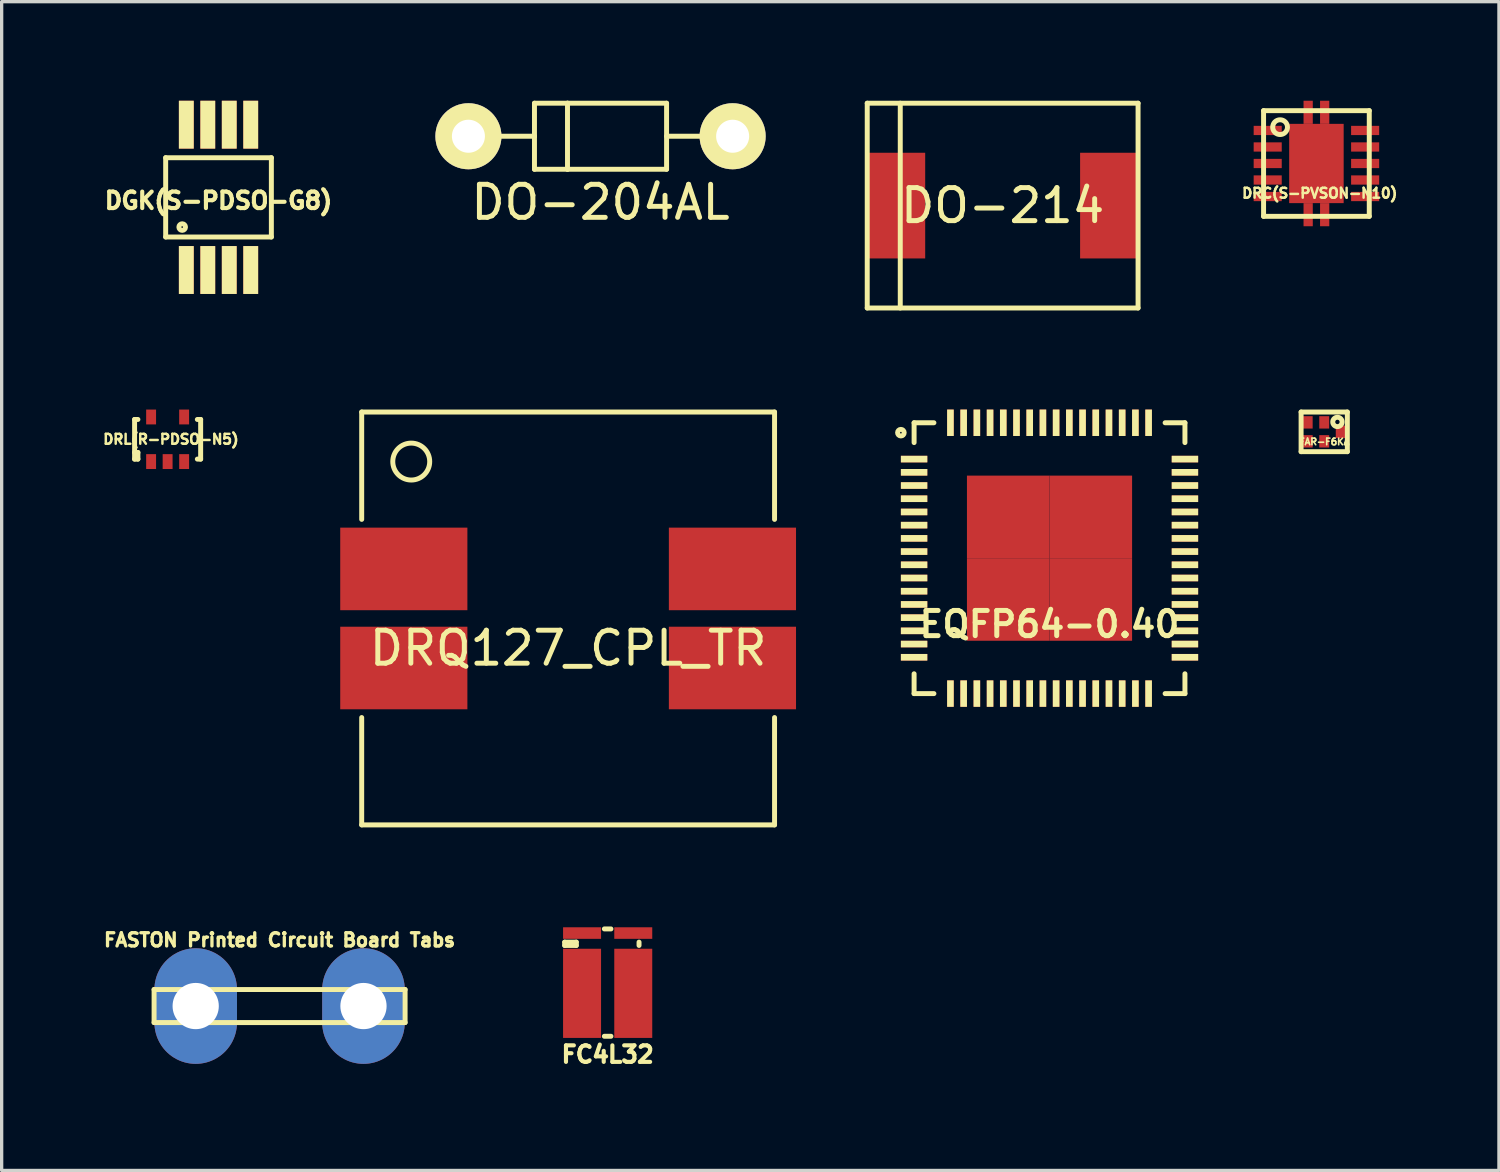
<source format=kicad_pcb>
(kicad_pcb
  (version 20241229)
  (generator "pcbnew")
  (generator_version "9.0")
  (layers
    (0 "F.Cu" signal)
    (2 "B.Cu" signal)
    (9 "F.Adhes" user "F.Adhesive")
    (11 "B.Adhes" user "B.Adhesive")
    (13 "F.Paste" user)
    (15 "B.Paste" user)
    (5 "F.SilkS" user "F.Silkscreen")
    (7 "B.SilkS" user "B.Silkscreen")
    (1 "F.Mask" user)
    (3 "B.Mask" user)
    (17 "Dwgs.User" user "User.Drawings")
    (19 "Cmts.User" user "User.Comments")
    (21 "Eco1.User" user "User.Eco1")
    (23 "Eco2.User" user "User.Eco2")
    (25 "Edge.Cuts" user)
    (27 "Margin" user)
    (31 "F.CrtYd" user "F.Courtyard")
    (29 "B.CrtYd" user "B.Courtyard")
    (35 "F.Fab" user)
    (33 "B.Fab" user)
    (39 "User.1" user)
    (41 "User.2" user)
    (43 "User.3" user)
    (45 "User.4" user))
  (footprint "DGK(S-PDSO-G8)"
    (layer "F.Cu")
    (at 3.566 2.925)
    (property "Reference" "DGK(S-PDSO-G8)" (at 0 0.1 0) (layer "F.SilkS") (effects (font (size 0.5 0.5) (thickness 0.125))))
    (attr smd)
    (fp_line (start -1.6 -1.2) (end 1.6 -1.2) (stroke (width 0.15) (type solid)) (layer "F.SilkS"))
    (fp_line (start -1.6 1.2) (end -1.6 -1.2) (stroke (width 0.15) (type solid)) (layer "F.SilkS"))
    (fp_line (start 1.6 -1.2) (end 1.6 1.2) (stroke (width 0.15) (type solid)) (layer "F.SilkS"))
    (fp_line (start 1.6 1.2) (end -1.6 1.2) (stroke (width 0.15) (type solid)) (layer "F.SilkS"))
    (fp_circle (center -1.1 0.9) (end -1 0.9) (stroke (width 0.15) (type solid)) (fill no) (layer "F.SilkS"))
    (pad "1" smd rect (at -0.975 2.2) (size 0.45 1.45) (layers "F.Cu" "F.Mask" "F.SilkS" "F.Paste"))
    (pad "2" smd rect (at -0.325 2.2) (size 0.45 1.45) (layers "F.Cu" "F.Mask" "F.SilkS" "F.Paste"))
    (pad "3" smd rect (at 0.325 2.2) (size 0.45 1.45) (layers "F.Cu" "F.Mask" "F.SilkS" "F.Paste"))
    (pad "4" smd rect (at 0.975 2.2) (size 0.45 1.45) (layers "F.Cu" "F.Mask" "F.SilkS" "F.Paste"))
    (pad "5" smd rect (at 0.975 -2.2) (size 0.45 1.45) (layers "F.Cu" "F.Mask" "F.SilkS" "F.Paste"))
    (pad "6" smd rect (at 0.325 -2.2) (size 0.45 1.45) (layers "F.Cu" "F.Mask" "F.SilkS" "F.Paste"))
    (pad "7" smd rect (at -0.325 -2.2) (size 0.45 1.45) (layers "F.Cu" "F.Mask" "F.SilkS" "F.Paste"))
    (pad "8" smd rect (at -0.975 -2.2) (size 0.45 1.45) (layers "F.Cu" "F.Mask" "F.SilkS" "F.Paste")))
  (footprint "FASTON Printed Circuit Board Tabs"
    (layer "F.Cu")
    (at 5.415 27.41)
    (property "Reference" "FASTON Printed Circuit Board Tabs" (at 0 -2 0) (layer "F.SilkS") (effects (font (size 0.4 0.4) (thickness 0.1))))
    (attr through_hole)
    (fp_line (start -3.8 -0.5) (end -3.8 0.5) (stroke (width 0.15) (type solid)) (layer "F.SilkS"))
    (fp_line (start -3.8 0.5) (end 3.8 0.5) (stroke (width 0.15) (type solid)) (layer "F.SilkS"))
    (fp_line (start 3.8 -0.5) (end -3.8 -0.5) (stroke (width 0.15) (type solid)) (layer "F.SilkS"))
    (fp_line (start 3.8 -0.5) (end 3.8 0.5) (stroke (width 0.15) (type solid)) (layer "F.SilkS"))
    (pad "1" thru_hole oval (at -2.54 0) (size 2.5 3.5) (drill 1.4) (layers "*.Cu" "*.Mask"))
    (pad "1" thru_hole oval (at 2.54 0) (size 2.5 3.5) (drill 1.4) (layers "*.Cu" "*.Mask")))
  (footprint "EQFP64-0.40"
    (layer "F.Cu")
    (at 28.726 13.85)
    (property "Reference" "EQFP64-0.40" (at 0 2 0) (layer "F.SilkS") (effects (font (size 0.762 0.762) (thickness 0.152))))
    (attr smd)
    (fp_line (start -4.1 -4.1) (end -4.1 -3.5) (stroke (width 0.15) (type solid)) (layer "F.SilkS"))
    (fp_line (start -4.1 -4.1) (end -3.5 -4.1) (stroke (width 0.15) (type solid)) (layer "F.SilkS"))
    (fp_line (start -4.1 3.5) (end -4.1 4.1) (stroke (width 0.15) (type solid)) (layer "F.SilkS"))
    (fp_line (start -4.1 4.1) (end -3.5 4.1) (stroke (width 0.15) (type solid)) (layer "F.SilkS"))
    (fp_line (start 3.5 4.1) (end 4.1 4.1) (stroke (width 0.15) (type solid)) (layer "F.SilkS"))
    (fp_line (start 4.1 -4.1) (end 3.5 -4.1) (stroke (width 0.15) (type solid)) (layer "F.SilkS"))
    (fp_line (start 4.1 -3.5) (end 4.1 -4.1) (stroke (width 0.15) (type solid)) (layer "F.SilkS"))
    (fp_line (start 4.1 4.1) (end 4.1 3.5) (stroke (width 0.15) (type solid)) (layer "F.SilkS"))
    (fp_circle (center -4.5 -3.8) (end -4.4 -3.8) (stroke (width 0.15) (type solid)) (fill no) (layer "F.SilkS"))
    (pad "1" smd rect (at -4.1 -3 90) (size 0.2 0.8) (layers "F.Cu" "F.Mask" "F.SilkS" "F.Paste"))
    (pad "2" smd rect (at -4.1 -2.6 90) (size 0.2 0.8) (layers "F.Cu" "F.Mask" "F.SilkS" "F.Paste"))
    (pad "3" smd rect (at -4.1 -2.2 90) (size 0.2 0.8) (layers "F.Cu" "F.Mask" "F.SilkS" "F.Paste"))
    (pad "4" smd rect (at -4.1 -1.8 90) (size 0.2 0.8) (layers "F.Cu" "F.Mask" "F.SilkS" "F.Paste"))
    (pad "5" smd rect (at -4.1 -1.4 90) (size 0.2 0.8) (layers "F.Cu" "F.Mask" "F.SilkS" "F.Paste"))
    (pad "6" smd rect (at -4.1 -1 90) (size 0.2 0.8) (layers "F.Cu" "F.Mask" "F.SilkS" "F.Paste"))
    (pad "7" smd rect (at -4.1 -0.6 90) (size 0.2 0.8) (layers "F.Cu" "F.Mask" "F.SilkS" "F.Paste"))
    (pad "8" smd rect (at -4.1 -0.2 90) (size 0.2 0.8) (layers "F.Cu" "F.Mask" "F.SilkS" "F.Paste"))
    (pad "9" smd rect (at -4.1 0.2 90) (size 0.2 0.8) (layers "F.Cu" "F.Mask" "F.SilkS" "F.Paste"))
    (pad "10" smd rect (at -4.1 0.6 90) (size 0.2 0.8) (layers "F.Cu" "F.Mask" "F.SilkS" "F.Paste"))
    (pad "11" smd rect (at -4.1 1 90) (size 0.2 0.8) (layers "F.Cu" "F.Mask" "F.SilkS" "F.Paste"))
    (pad "12" smd rect (at -4.1 1.4 90) (size 0.2 0.8) (layers "F.Cu" "F.Mask" "F.SilkS" "F.Paste"))
    (pad "13" smd rect (at -4.1 1.8 90) (size 0.2 0.8) (layers "F.Cu" "F.Mask" "F.SilkS" "F.Paste"))
    (pad "14" smd rect (at -4.1 2.2 90) (size 0.2 0.8) (layers "F.Cu" "F.Mask" "F.SilkS" "F.Paste"))
    (pad "15" smd rect (at -4.1 2.6 90) (size 0.2 0.8) (layers "F.Cu" "F.Mask" "F.SilkS" "F.Paste"))
    (pad "16" smd rect (at -4.1 3 90) (size 0.2 0.8) (layers "F.Cu" "F.Mask" "F.SilkS" "F.Paste"))
    (pad "17" smd rect (at -3 4.1) (size 0.2 0.8) (layers "F.Cu" "F.Mask" "F.SilkS" "F.Paste"))
    (pad "18" smd rect (at -2.6 4.1) (size 0.2 0.8) (layers "F.Cu" "F.Mask" "F.SilkS" "F.Paste"))
    (pad "19" smd rect (at -2.2 4.1) (size 0.2 0.8) (layers "F.Cu" "F.Mask" "F.SilkS" "F.Paste"))
    (pad "20" smd rect (at -1.8 4.1) (size 0.2 0.8) (layers "F.Cu" "F.Mask" "F.SilkS" "F.Paste"))
    (pad "21" smd rect (at -1.4 4.1) (size 0.2 0.8) (layers "F.Cu" "F.Mask" "F.SilkS" "F.Paste"))
    (pad "22" smd rect (at -1 4.1) (size 0.2 0.8) (layers "F.Cu" "F.Mask" "F.SilkS" "F.Paste"))
    (pad "23" smd rect (at -0.6 4.1) (size 0.2 0.8) (layers "F.Cu" "F.Mask" "F.SilkS" "F.Paste"))
    (pad "24" smd rect (at -0.2 4.1) (size 0.2 0.8) (layers "F.Cu" "F.Mask" "F.SilkS" "F.Paste"))
    (pad "25" smd rect (at 0.2 4.1) (size 0.2 0.8) (layers "F.Cu" "F.Mask" "F.SilkS" "F.Paste"))
    (pad "26" smd rect (at 0.6 4.1) (size 0.2 0.8) (layers "F.Cu" "F.Mask" "F.SilkS" "F.Paste"))
    (pad "27" smd rect (at 1 4.1) (size 0.2 0.8) (layers "F.Cu" "F.Mask" "F.SilkS" "F.Paste"))
    (pad "28" smd rect (at 1.4 4.1) (size 0.2 0.8) (layers "F.Cu" "F.Mask" "F.SilkS" "F.Paste"))
    (pad "29" smd rect (at 1.8 4.1) (size 0.2 0.8) (layers "F.Cu" "F.Mask" "F.SilkS" "F.Paste"))
    (pad "30" smd rect (at 2.2 4.1) (size 0.2 0.8) (layers "F.Cu" "F.Mask" "F.SilkS" "F.Paste"))
    (pad "31" smd rect (at 2.6 4.1) (size 0.2 0.8) (layers "F.Cu" "F.Mask" "F.SilkS" "F.Paste"))
    (pad "32" smd rect (at 3 4.1) (size 0.2 0.8) (layers "F.Cu" "F.Mask" "F.SilkS" "F.Paste"))
    (pad "33" smd rect (at 4.1 3 90) (size 0.2 0.8) (layers "F.Cu" "F.Mask" "F.SilkS" "F.Paste"))
    (pad "34" smd rect (at 4.1 2.6 90) (size 0.2 0.8) (layers "F.Cu" "F.Mask" "F.SilkS" "F.Paste"))
    (pad "35" smd rect (at 4.1 2.2 90) (size 0.2 0.8) (layers "F.Cu" "F.Mask" "F.SilkS" "F.Paste"))
    (pad "36" smd rect (at 4.1 1.8 90) (size 0.2 0.8) (layers "F.Cu" "F.Mask" "F.SilkS" "F.Paste"))
    (pad "37" smd rect (at 4.1 1.4 90) (size 0.2 0.8) (layers "F.Cu" "F.Mask" "F.SilkS" "F.Paste"))
    (pad "38" smd rect (at 4.1 1 90) (size 0.2 0.8) (layers "F.Cu" "F.Mask" "F.SilkS" "F.Paste"))
    (pad "39" smd rect (at 4.1 0.6 90) (size 0.2 0.8) (layers "F.Cu" "F.Mask" "F.SilkS" "F.Paste"))
    (pad "40" smd rect (at 4.1 0.2 90) (size 0.2 0.8) (layers "F.Cu" "F.Mask" "F.SilkS" "F.Paste"))
    (pad "41" smd rect (at 4.1 -0.2 90) (size 0.2 0.8) (layers "F.Cu" "F.Mask" "F.SilkS" "F.Paste"))
    (pad "42" smd rect (at 4.1 -0.6 90) (size 0.2 0.8) (layers "F.Cu" "F.Mask" "F.SilkS" "F.Paste"))
    (pad "43" smd rect (at 4.1 -1 90) (size 0.2 0.8) (layers "F.Cu" "F.Mask" "F.SilkS" "F.Paste"))
    (pad "44" smd rect (at 4.1 -1.4 90) (size 0.2 0.8) (layers "F.Cu" "F.Mask" "F.SilkS" "F.Paste"))
    (pad "45" smd rect (at 4.1 -1.8 90) (size 0.2 0.8) (layers "F.Cu" "F.Mask" "F.SilkS" "F.Paste"))
    (pad "46" smd rect (at 4.1 -2.2 90) (size 0.2 0.8) (layers "F.Cu" "F.Mask" "F.SilkS" "F.Paste"))
    (pad "47" smd rect (at 4.1 -2.6 90) (size 0.2 0.8) (layers "F.Cu" "F.Mask" "F.SilkS" "F.Paste"))
    (pad "48" smd rect (at 4.1 -3 90) (size 0.2 0.8) (layers "F.Cu" "F.Mask" "F.SilkS" "F.Paste"))
    (pad "49" smd rect (at 3 -4.1) (size 0.2 0.8) (layers "F.Cu" "F.Mask" "F.SilkS" "F.Paste"))
    (pad "50" smd rect (at 2.6 -4.1) (size 0.2 0.8) (layers "F.Cu" "F.Mask" "F.SilkS" "F.Paste"))
    (pad "51" smd rect (at 2.2 -4.1) (size 0.2 0.8) (layers "F.Cu" "F.Mask" "F.SilkS" "F.Paste"))
    (pad "52" smd rect (at 1.8 -4.1) (size 0.2 0.8) (layers "F.Cu" "F.Mask" "F.SilkS" "F.Paste"))
    (pad "53" smd rect (at 1.4 -4.1) (size 0.2 0.8) (layers "F.Cu" "F.Mask" "F.SilkS" "F.Paste"))
    (pad "54" smd rect (at 1 -4.1) (size 0.2 0.8) (layers "F.Cu" "F.Mask" "F.SilkS" "F.Paste"))
    (pad "55" smd rect (at 0.6 -4.1) (size 0.2 0.8) (layers "F.Cu" "F.Mask" "F.SilkS" "F.Paste"))
    (pad "56" smd rect (at 0.2 -4.1) (size 0.2 0.8) (layers "F.Cu" "F.Mask" "F.SilkS" "F.Paste"))
    (pad "57" smd rect (at -0.2 -4.1) (size 0.2 0.8) (layers "F.Cu" "F.Mask" "F.SilkS" "F.Paste"))
    (pad "58" smd rect (at -0.6 -4.1) (size 0.2 0.8) (layers "F.Cu" "F.Mask" "F.SilkS" "F.Paste"))
    (pad "59" smd rect (at -1 -4.1) (size 0.2 0.8) (layers "F.Cu" "F.Mask" "F.SilkS" "F.Paste"))
    (pad "60" smd rect (at -1.4 -4.1) (size 0.2 0.8) (layers "F.Cu" "F.Mask" "F.SilkS" "F.Paste"))
    (pad "61" smd rect (at -1.8 -4.1) (size 0.2 0.8) (layers "F.Cu" "F.Mask" "F.SilkS" "F.Paste"))
    (pad "62" smd rect (at -2.2 -4.1) (size 0.2 0.8) (layers "F.Cu" "F.Mask" "F.SilkS" "F.Paste"))
    (pad "63" smd rect (at -2.6 -4.1) (size 0.2 0.8) (layers "F.Cu" "F.Mask" "F.SilkS" "F.Paste"))
    (pad "64" smd rect (at -3 -4.1) (size 0.2 0.8) (layers "F.Cu" "F.Mask" "F.SilkS" "F.Paste"))
    (pad "65" smd rect (at -1.25 -1.25) (size 2.5 2.5) (layers "F.Cu" "F.Mask" "F.Paste"))
    (pad "65" smd rect (at -1.25 1.25) (size 2.5 2.5) (layers "F.Cu" "F.Mask" "F.Paste"))
    (pad "65" smd rect (at 1.25 -1.25) (size 2.5 2.5) (layers "F.Cu" "F.Mask" "F.Paste"))
    (pad "65" smd rect (at 1.25 1.25) (size 2.5 2.5) (layers "F.Cu" "F.Mask" "F.Paste")))
  (footprint "DRQ127_CPL_TR"
    (layer "F.Cu")
    (at 14.151 15.675)
    (property "Reference" "DRQ127_CPL_TR" (at 0 0.9 0) (layer "F.SilkS") (effects (font (size 1 1) (thickness 0.15))))
    (attr through_hole)
    (fp_line (start -6.25 -6.25) (end 6.25 -6.25) (stroke (width 0.15) (type solid)) (layer "F.SilkS"))
    (fp_line (start -6.25 -3) (end -6.25 -6.25) (stroke (width 0.15) (type solid)) (layer "F.SilkS"))
    (fp_line (start -6.25 6.25) (end -6.25 3) (stroke (width 0.15) (type solid)) (layer "F.SilkS"))
    (fp_line (start 6.25 -6.25) (end 6.25 -3) (stroke (width 0.15) (type solid)) (layer "F.SilkS"))
    (fp_line (start 6.25 3) (end 6.25 6.25) (stroke (width 0.15) (type solid)) (layer "F.SilkS"))
    (fp_line (start 6.25 6.25) (end -6.25 6.25) (stroke (width 0.15) (type solid)) (layer "F.SilkS"))
    (fp_circle (center -4.75 -4.75) (end -4.5 -4.25) (stroke (width 0.15) (type solid)) (fill no) (layer "F.SilkS"))
    (pad "1" smd rect (at -4.975 -1.5) (size 3.85 2.5) (layers "F.Cu" "F.Mask" "F.Paste"))
    (pad "2" smd rect (at -4.975 1.5) (size 3.85 2.5) (layers "F.Cu" "F.Mask" "F.Paste"))
    (pad "3" smd rect (at 4.975 1.5) (size 3.85 2.5) (layers "F.Cu" "F.Mask" "F.Paste"))
    (pad "4" smd rect (at 4.975 -1.5) (size 3.85 2.5) (layers "F.Cu" "F.Mask" "F.Paste")))
  (footprint "DO-204AL"
    (layer "F.Cu")
    (at 15.132 1.075)
    (property "Reference" "DO-204AL" (at 0 2 0) (layer "F.SilkS") (effects (font (size 1 1) (thickness 0.15))))
    (attr through_hole)
    (fp_line (start -3 0) (end -2 0) (stroke (width 0.15) (type solid)) (layer "F.SilkS"))
    (fp_line (start -2 -1) (end -1 -1) (stroke (width 0.15) (type solid)) (layer "F.SilkS"))
    (fp_line (start -2 0) (end -2 -1) (stroke (width 0.15) (type solid)) (layer "F.SilkS"))
    (fp_line (start -2 1) (end -2 0) (stroke (width 0.15) (type solid)) (layer "F.SilkS"))
    (fp_line (start -1 -1) (end -1 1) (stroke (width 0.15) (type solid)) (layer "F.SilkS"))
    (fp_line (start -1 -1) (end 2 -1) (stroke (width 0.15) (type solid)) (layer "F.SilkS"))
    (fp_line (start -1 1) (end -2 1) (stroke (width 0.15) (type solid)) (layer "F.SilkS"))
    (fp_line (start 2 -1) (end 2 1) (stroke (width 0.15) (type solid)) (layer "F.SilkS"))
    (fp_line (start 2 0) (end 3 0) (stroke (width 0.15) (type solid)) (layer "F.SilkS"))
    (fp_line (start 2 1) (end -1 1) (stroke (width 0.15) (type solid)) (layer "F.SilkS"))
    (pad "1" thru_hole circle (at -4 0) (size 2 2) (drill 1) (layers "*.Cu" "*.Mask" "F.SilkS"))
    (pad "2" thru_hole circle (at 4 0) (size 2 2) (drill 1) (layers "*.Cu" "*.Mask" "F.SilkS")))
  (footprint "FAR-F6KA"
    (layer "F.Cu")
    (at 37.043 10.025)
    (property "Reference" "FAR-F6KA" (at 0 0.3 0) (layer "F.SilkS") (effects (font (size 0.2 0.2) (thickness 0.05))))
    (attr through_hole)
    (fp_line (start -0.7 -0.6) (end 0.7 -0.6) (stroke (width 0.15) (type solid)) (layer "F.SilkS"))
    (fp_line (start -0.7 0.6) (end -0.7 -0.6) (stroke (width 0.15) (type solid)) (layer "F.SilkS"))
    (fp_line (start 0.7 -0.6) (end 0.7 0.6) (stroke (width 0.15) (type solid)) (layer "F.SilkS"))
    (fp_line (start 0.7 0.6) (end -0.7 0.6) (stroke (width 0.15) (type solid)) (layer "F.SilkS"))
    (fp_circle (center 0.4 -0.3) (end 0.5 -0.2) (stroke (width 0.15) (type solid)) (fill no) (layer "F.SilkS"))
    (pad "1" smd rect (at 0.5 0) (size 0.3 0.375) (layers "F.Cu" "F.Mask" "F.Paste"))
    (pad "2" smd rect (at 0 -0.287) (size 0.3 0.375) (layers "F.Cu" "F.Mask" "F.Paste"))
    (pad "3" smd rect (at -0.5 -0.287) (size 0.3 0.375) (layers "F.Cu" "F.Mask" "F.Paste"))
    (pad "4" smd rect (at -0.5 0.287) (size 0.3 0.375) (layers "F.Cu" "F.Mask" "F.Paste"))
    (pad "5" smd rect (at 0 0.287) (size 0.3 0.375) (layers "F.Cu" "F.Mask" "F.Paste")))
  (footprint "FC4L32"
    (layer "F.Cu")
    (at 15.348 26.025)
    (property "Reference" "FC4L32" (at 0 2.85 0) (layer "F.SilkS") (effects (font (size 0.5 0.5) (thickness 0.125))))
    (attr through_hole)
    (fp_line (start -1.3 -0.55) (end -1.3 -0.45) (stroke (width 0.15) (type solid)) (layer "F.SilkS"))
    (fp_line (start -1.3 -0.45) (end -0.95 -0.45) (stroke (width 0.15) (type solid)) (layer "F.SilkS"))
    (fp_line (start -0.95 -0.55) (end -1.3 -0.55) (stroke (width 0.15) (type solid)) (layer "F.SilkS"))
    (fp_line (start -0.95 -0.55) (end -0.95 -0.45) (stroke (width 0.15) (type solid)) (layer "F.SilkS"))
    (fp_line (start -0.1 -0.95) (end 0.1 -0.95) (stroke (width 0.15) (type solid)) (layer "F.SilkS"))
    (fp_line (start -0.1 2.3) (end 0.1 2.3) (stroke (width 0.15) (type solid)) (layer "F.SilkS"))
    (fp_line (start 0.95 -0.55) (end 0.95 -0.45) (stroke (width 0.15) (type solid)) (layer "F.SilkS"))
    (pad "1" smd rect (at -0.775 1) (size 1.15 2.7) (layers "F.Cu" "F.Mask" "F.Paste"))
    (pad "2" smd rect (at -0.775 -0.825) (size 1.15 0.35) (layers "F.Cu" "F.Mask" "F.Paste"))
    (pad "3" smd rect (at 0.775 -0.825) (size 1.15 0.35) (layers "F.Cu" "F.Mask" "F.Paste"))
    (pad "4" smd rect (at 0.775 1) (size 1.15 2.7) (layers "F.Cu" "F.Mask" "F.Paste")))
  (footprint "DRL(R-PDSO-N5)"
    (layer "F.Cu")
    (at 2.025 10.25)
    (property "Reference" "DRL(R-PDSO-N5)" (at 0.1 0 0) (layer "F.SilkS") (effects (font (size 0.3 0.3) (thickness 0.075))))
    (attr through_hole)
    (fp_line (start -1 -0.6) (end -0.9 -0.6) (stroke (width 0.15) (type solid)) (layer "F.SilkS"))
    (fp_line (start -1 0.6) (end -1 -0.6) (stroke (width 0.15) (type solid)) (layer "F.SilkS"))
    (fp_line (start -0.9 0.4) (end -1 0.4) (stroke (width 0.15) (type solid)) (layer "F.SilkS"))
    (fp_line (start -0.9 0.6) (end -1 0.6) (stroke (width 0.15) (type solid)) (layer "F.SilkS"))
    (fp_line (start -0.9 0.6) (end -0.9 0.4) (stroke (width 0.15) (type solid)) (layer "F.SilkS"))
    (fp_line (start 0.9 0.6) (end 1 0.6) (stroke (width 0.15) (type solid)) (layer "F.SilkS"))
    (fp_line (start 1 -0.6) (end 0.9 -0.6) (stroke (width 0.15) (type solid)) (layer "F.SilkS"))
    (fp_line (start 1 0.6) (end 1 -0.6) (stroke (width 0.15) (type solid)) (layer "F.SilkS"))
    (pad "1" smd rect (at -0.5 0.675) (size 0.3 0.45) (layers "F.Cu" "F.Mask" "F.Paste"))
    (pad "2" smd rect (at 0 0.675) (size 0.3 0.45) (layers "F.Cu" "F.Mask" "F.Paste"))
    (pad "3" smd rect (at 0.5 0.675) (size 0.3 0.45) (layers "F.Cu" "F.Mask" "F.Paste"))
    (pad "4" smd rect (at 0.5 -0.675) (size 0.3 0.45) (layers "F.Cu" "F.Mask" "F.Paste"))
    (pad "5" smd rect (at -0.5 -0.675) (size 0.3 0.45) (layers "F.Cu" "F.Mask" "F.Paste")))
  (footprint "DRC(S-PVSON-N10)"
    (layer "F.Cu")
    (at 36.807 1.9)
    (property "Reference" "DRC(S-PVSON-N10)" (at 0.1 0.9 0) (layer "F.SilkS") (effects (font (size 0.3 0.3) (thickness 0.075))))
    (attr through_hole)
    (fp_line (start -1.6 -1.6) (end 1.6 -1.6) (stroke (width 0.15) (type solid)) (layer "F.SilkS"))
    (fp_line (start -1.6 1.6) (end -1.6 -1.6) (stroke (width 0.15) (type solid)) (layer "F.SilkS"))
    (fp_line (start 1.6 -1.6) (end 1.6 1.6) (stroke (width 0.15) (type solid)) (layer "F.SilkS"))
    (fp_line (start 1.6 1.6) (end -1.6 1.6) (stroke (width 0.15) (type solid)) (layer "F.SilkS"))
    (fp_circle (center -1.1 -1.1) (end -1 -0.9) (stroke (width 0.15) (type solid)) (fill no) (layer "F.SilkS"))
    (pad "1" smd rect (at -1.475 -1 90) (size 0.28 0.85) (layers "F.Cu" "F.Mask" "F.Paste"))
    (pad "2" smd rect (at -1.475 -0.5 90) (size 0.28 0.85) (layers "F.Cu" "F.Mask" "F.Paste"))
    (pad "3" smd rect (at -1.475 0 90) (size 0.28 0.85) (layers "F.Cu" "F.Mask" "F.Paste"))
    (pad "4" smd rect (at -1.475 0.5 90) (size 0.28 0.85) (layers "F.Cu" "F.Mask" "F.Paste"))
    (pad "5" smd rect (at -1.475 1 90) (size 0.28 0.85) (layers "F.Cu" "F.Mask" "F.Paste"))
    (pad "6" smd rect (at 1.475 1 90) (size 0.28 0.85) (layers "F.Cu" "F.Mask" "F.Paste"))
    (pad "7" smd rect (at 1.475 0.5 90) (size 0.28 0.85) (layers "F.Cu" "F.Mask" "F.Paste"))
    (pad "8" smd rect (at 1.475 0 90) (size 0.28 0.85) (layers "F.Cu" "F.Mask" "F.Paste"))
    (pad "9" smd rect (at 1.475 -0.5 90) (size 0.28 0.85) (layers "F.Cu" "F.Mask" "F.Paste"))
    (pad "10" smd rect (at 1.475 -1 90) (size 0.28 0.85) (layers "F.Cu" "F.Mask" "F.Paste"))
    (pad "11" smd rect (at -0.25 -1.55) (size 0.28 0.7) (layers "F.Cu" "F.Mask" "F.Paste"))
    (pad "11" smd rect (at -0.25 1.55) (size 0.28 0.7) (layers "F.Cu" "F.Mask" "F.Paste"))
    (pad "11" smd rect (at 0 0 90) (size 2.4 1.65) (layers "F.Cu" "F.Mask" "F.Paste"))
    (pad "11" smd rect (at 0.25 -1.55) (size 0.28 0.7) (layers "F.Cu" "F.Mask" "F.Paste"))
    (pad "11" smd rect (at 0.25 1.55) (size 0.28 0.7) (layers "F.Cu" "F.Mask" "F.Paste")))
  (footprint "DO-214"
    (layer "F.Cu")
    (at 27.307 3.175)
    (property "Reference" "DO-214" (at 0 0 0) (layer "F.SilkS") (effects (font (size 1 1) (thickness 0.15))))
    (attr through_hole)
    (fp_line (start -4.1 -3.1) (end 4.1 -3.1) (stroke (width 0.15) (type solid)) (layer "F.SilkS"))
    (fp_line (start -4.1 3.1) (end -4.1 -3.1) (stroke (width 0.15) (type solid)) (layer "F.SilkS"))
    (fp_line (start -3.1 -3.1) (end -3.1 3.1) (stroke (width 0.15) (type solid)) (layer "F.SilkS"))
    (fp_line (start 4.1 -3.1) (end 4.1 3.1) (stroke (width 0.15) (type solid)) (layer "F.SilkS"))
    (fp_line (start 4.1 3.1) (end -4.1 3.1) (stroke (width 0.15) (type solid)) (layer "F.SilkS"))
    (pad "A" smd rect (at 3.205 0) (size 1.72 3.2) (layers "F.Cu" "F.Mask" "F.Paste"))
    (pad "K" smd rect (at -3.205 0) (size 1.72 3.2) (layers "F.Cu" "F.Mask" "F.Paste")))
  (gr_rect
    (start -3 -3)
    (end 42.333 32.387)
    (stroke (width 0.1) (type default))
    (fill no)
    (layer "Edge.Cuts")))
</source>
